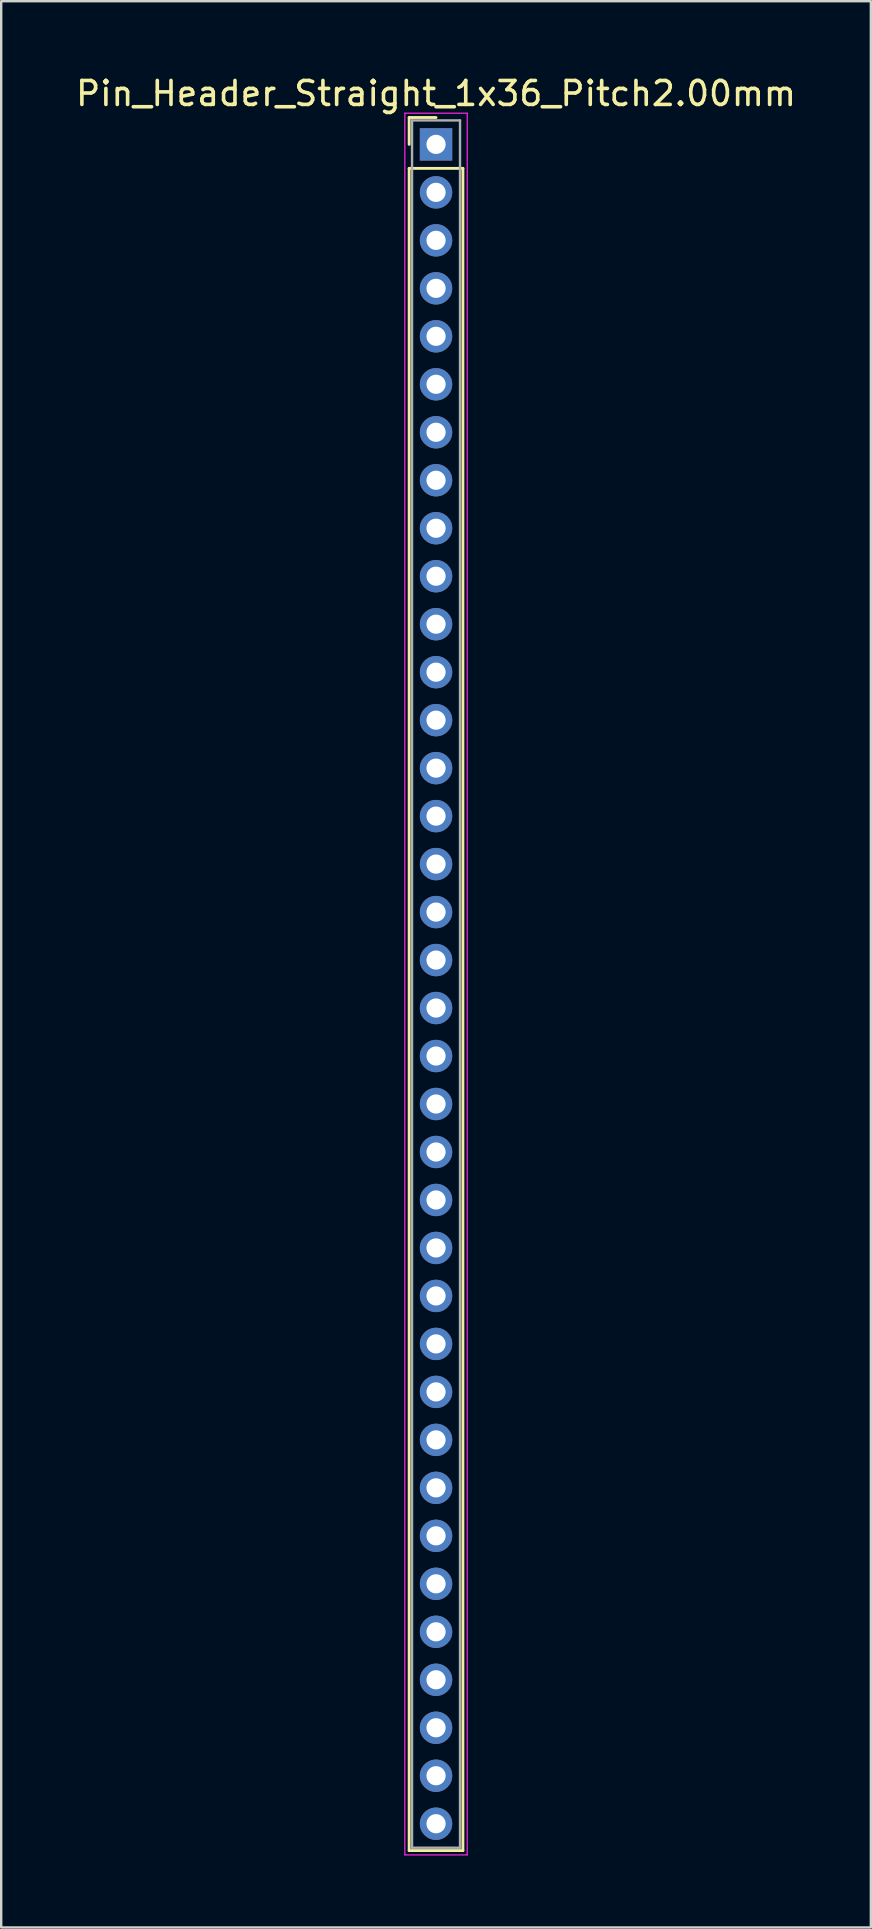
<source format=kicad_pcb>
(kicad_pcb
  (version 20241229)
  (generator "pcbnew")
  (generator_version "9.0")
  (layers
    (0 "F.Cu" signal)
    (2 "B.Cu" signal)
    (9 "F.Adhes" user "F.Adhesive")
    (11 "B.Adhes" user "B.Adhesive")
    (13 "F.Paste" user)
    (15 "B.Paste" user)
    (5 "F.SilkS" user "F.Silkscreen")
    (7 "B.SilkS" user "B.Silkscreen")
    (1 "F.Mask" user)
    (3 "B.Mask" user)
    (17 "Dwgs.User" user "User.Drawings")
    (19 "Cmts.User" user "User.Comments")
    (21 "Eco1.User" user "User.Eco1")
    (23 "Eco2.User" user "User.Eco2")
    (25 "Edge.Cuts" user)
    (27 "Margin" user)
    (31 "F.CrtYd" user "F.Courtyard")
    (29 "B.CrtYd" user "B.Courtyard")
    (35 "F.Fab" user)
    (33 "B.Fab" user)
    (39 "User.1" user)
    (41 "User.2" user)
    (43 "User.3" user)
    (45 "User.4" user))
  (footprint "Pin_Header_Straight_1x36_Pitch2.00mm"
    (layer "F.Cu")
    (at 15.125 2.968)
    (property "Reference" "Pin_Header_Straight_1x36_Pitch2.00mm" (at 0 -2.12 0) (layer "F.SilkS") (effects (font (size 1 1) (thickness 0.15))))
    (attr through_hole)
    (fp_line (start -1.12 -1.12) (end 0 -1.12) (stroke (width 0.12) (type solid)) (layer "F.SilkS"))
    (fp_line (start -1.12 0) (end -1.12 -1.12) (stroke (width 0.12) (type solid)) (layer "F.SilkS"))
    (fp_line (start -1.12 1) (end -1.12 71.12) (stroke (width 0.12) (type solid)) (layer "F.SilkS"))
    (fp_line (start -1.12 71.12) (end 1.12 71.12) (stroke (width 0.12) (type solid)) (layer "F.SilkS"))
    (fp_line (start 1.12 1) (end -1.12 1) (stroke (width 0.12) (type solid)) (layer "F.SilkS"))
    (fp_line (start 1.12 71.12) (end 1.12 1) (stroke (width 0.12) (type solid)) (layer "F.SilkS"))
    (fp_line (start -1.3 -1.3) (end -1.3 71.3) (stroke (width 0.05) (type solid)) (layer "F.CrtYd"))
    (fp_line (start -1.3 71.3) (end 1.3 71.3) (stroke (width 0.05) (type solid)) (layer "F.CrtYd"))
    (fp_line (start 1.3 -1.3) (end -1.3 -1.3) (stroke (width 0.05) (type solid)) (layer "F.CrtYd"))
    (fp_line (start 1.3 71.3) (end 1.3 -1.3) (stroke (width 0.05) (type solid)) (layer "F.CrtYd"))
    (fp_line (start -1 -1) (end -1 71) (stroke (width 0.1) (type solid)) (layer "F.Fab"))
    (fp_line (start -1 71) (end 1 71) (stroke (width 0.1) (type solid)) (layer "F.Fab"))
    (fp_line (start 1 -1) (end -1 -1) (stroke (width 0.1) (type solid)) (layer "F.Fab"))
    (fp_line (start 1 71) (end 1 -1) (stroke (width 0.1) (type solid)) (layer "F.Fab"))
    (pad "1" thru_hole rect (at 0 0) (size 1.35 1.35) (drill 0.8) (layers "*.Cu" "*.Mask"))
    (pad "2" thru_hole oval (at 0 2) (size 1.35 1.35) (drill 0.8) (layers "*.Cu" "*.Mask"))
    (pad "3" thru_hole oval (at 0 4) (size 1.35 1.35) (drill 0.8) (layers "*.Cu" "*.Mask"))
    (pad "4" thru_hole oval (at 0 6) (size 1.35 1.35) (drill 0.8) (layers "*.Cu" "*.Mask"))
    (pad "5" thru_hole oval (at 0 8) (size 1.35 1.35) (drill 0.8) (layers "*.Cu" "*.Mask"))
    (pad "6" thru_hole oval (at 0 10) (size 1.35 1.35) (drill 0.8) (layers "*.Cu" "*.Mask"))
    (pad "7" thru_hole oval (at 0 12) (size 1.35 1.35) (drill 0.8) (layers "*.Cu" "*.Mask"))
    (pad "8" thru_hole oval (at 0 14) (size 1.35 1.35) (drill 0.8) (layers "*.Cu" "*.Mask"))
    (pad "9" thru_hole oval (at 0 16) (size 1.35 1.35) (drill 0.8) (layers "*.Cu" "*.Mask"))
    (pad "10" thru_hole oval (at 0 18) (size 1.35 1.35) (drill 0.8) (layers "*.Cu" "*.Mask"))
    (pad "11" thru_hole oval (at 0 20) (size 1.35 1.35) (drill 0.8) (layers "*.Cu" "*.Mask"))
    (pad "12" thru_hole oval (at 0 22) (size 1.35 1.35) (drill 0.8) (layers "*.Cu" "*.Mask"))
    (pad "13" thru_hole oval (at 0 24) (size 1.35 1.35) (drill 0.8) (layers "*.Cu" "*.Mask"))
    (pad "14" thru_hole oval (at 0 26) (size 1.35 1.35) (drill 0.8) (layers "*.Cu" "*.Mask"))
    (pad "15" thru_hole oval (at 0 28) (size 1.35 1.35) (drill 0.8) (layers "*.Cu" "*.Mask"))
    (pad "16" thru_hole oval (at 0 30) (size 1.35 1.35) (drill 0.8) (layers "*.Cu" "*.Mask"))
    (pad "17" thru_hole oval (at 0 32) (size 1.35 1.35) (drill 0.8) (layers "*.Cu" "*.Mask"))
    (pad "18" thru_hole oval (at 0 34) (size 1.35 1.35) (drill 0.8) (layers "*.Cu" "*.Mask"))
    (pad "19" thru_hole oval (at 0 36) (size 1.35 1.35) (drill 0.8) (layers "*.Cu" "*.Mask"))
    (pad "20" thru_hole oval (at 0 38) (size 1.35 1.35) (drill 0.8) (layers "*.Cu" "*.Mask"))
    (pad "21" thru_hole oval (at 0 40) (size 1.35 1.35) (drill 0.8) (layers "*.Cu" "*.Mask"))
    (pad "22" thru_hole oval (at 0 42) (size 1.35 1.35) (drill 0.8) (layers "*.Cu" "*.Mask"))
    (pad "23" thru_hole oval (at 0 44) (size 1.35 1.35) (drill 0.8) (layers "*.Cu" "*.Mask"))
    (pad "24" thru_hole oval (at 0 46) (size 1.35 1.35) (drill 0.8) (layers "*.Cu" "*.Mask"))
    (pad "25" thru_hole oval (at 0 48) (size 1.35 1.35) (drill 0.8) (layers "*.Cu" "*.Mask"))
    (pad "26" thru_hole oval (at 0 50) (size 1.35 1.35) (drill 0.8) (layers "*.Cu" "*.Mask"))
    (pad "27" thru_hole oval (at 0 52) (size 1.35 1.35) (drill 0.8) (layers "*.Cu" "*.Mask"))
    (pad "28" thru_hole oval (at 0 54) (size 1.35 1.35) (drill 0.8) (layers "*.Cu" "*.Mask"))
    (pad "29" thru_hole oval (at 0 56) (size 1.35 1.35) (drill 0.8) (layers "*.Cu" "*.Mask"))
    (pad "30" thru_hole oval (at 0 58) (size 1.35 1.35) (drill 0.8) (layers "*.Cu" "*.Mask"))
    (pad "31" thru_hole oval (at 0 60) (size 1.35 1.35) (drill 0.8) (layers "*.Cu" "*.Mask"))
    (pad "32" thru_hole oval (at 0 62) (size 1.35 1.35) (drill 0.8) (layers "*.Cu" "*.Mask"))
    (pad "33" thru_hole oval (at 0 64) (size 1.35 1.35) (drill 0.8) (layers "*.Cu" "*.Mask"))
    (pad "34" thru_hole oval (at 0 66) (size 1.35 1.35) (drill 0.8) (layers "*.Cu" "*.Mask"))
    (pad "35" thru_hole oval (at 0 68) (size 1.35 1.35) (drill 0.8) (layers "*.Cu" "*.Mask"))
    (pad "36" thru_hole oval (at 0 70) (size 1.35 1.35) (drill 0.8) (layers "*.Cu" "*.Mask")))
  (gr_rect
    (start -3 -3)
    (end 33.25 77.293)
    (stroke (width 0.1) (type default))
    (fill no)
    (layer "Edge.Cuts")))
</source>
